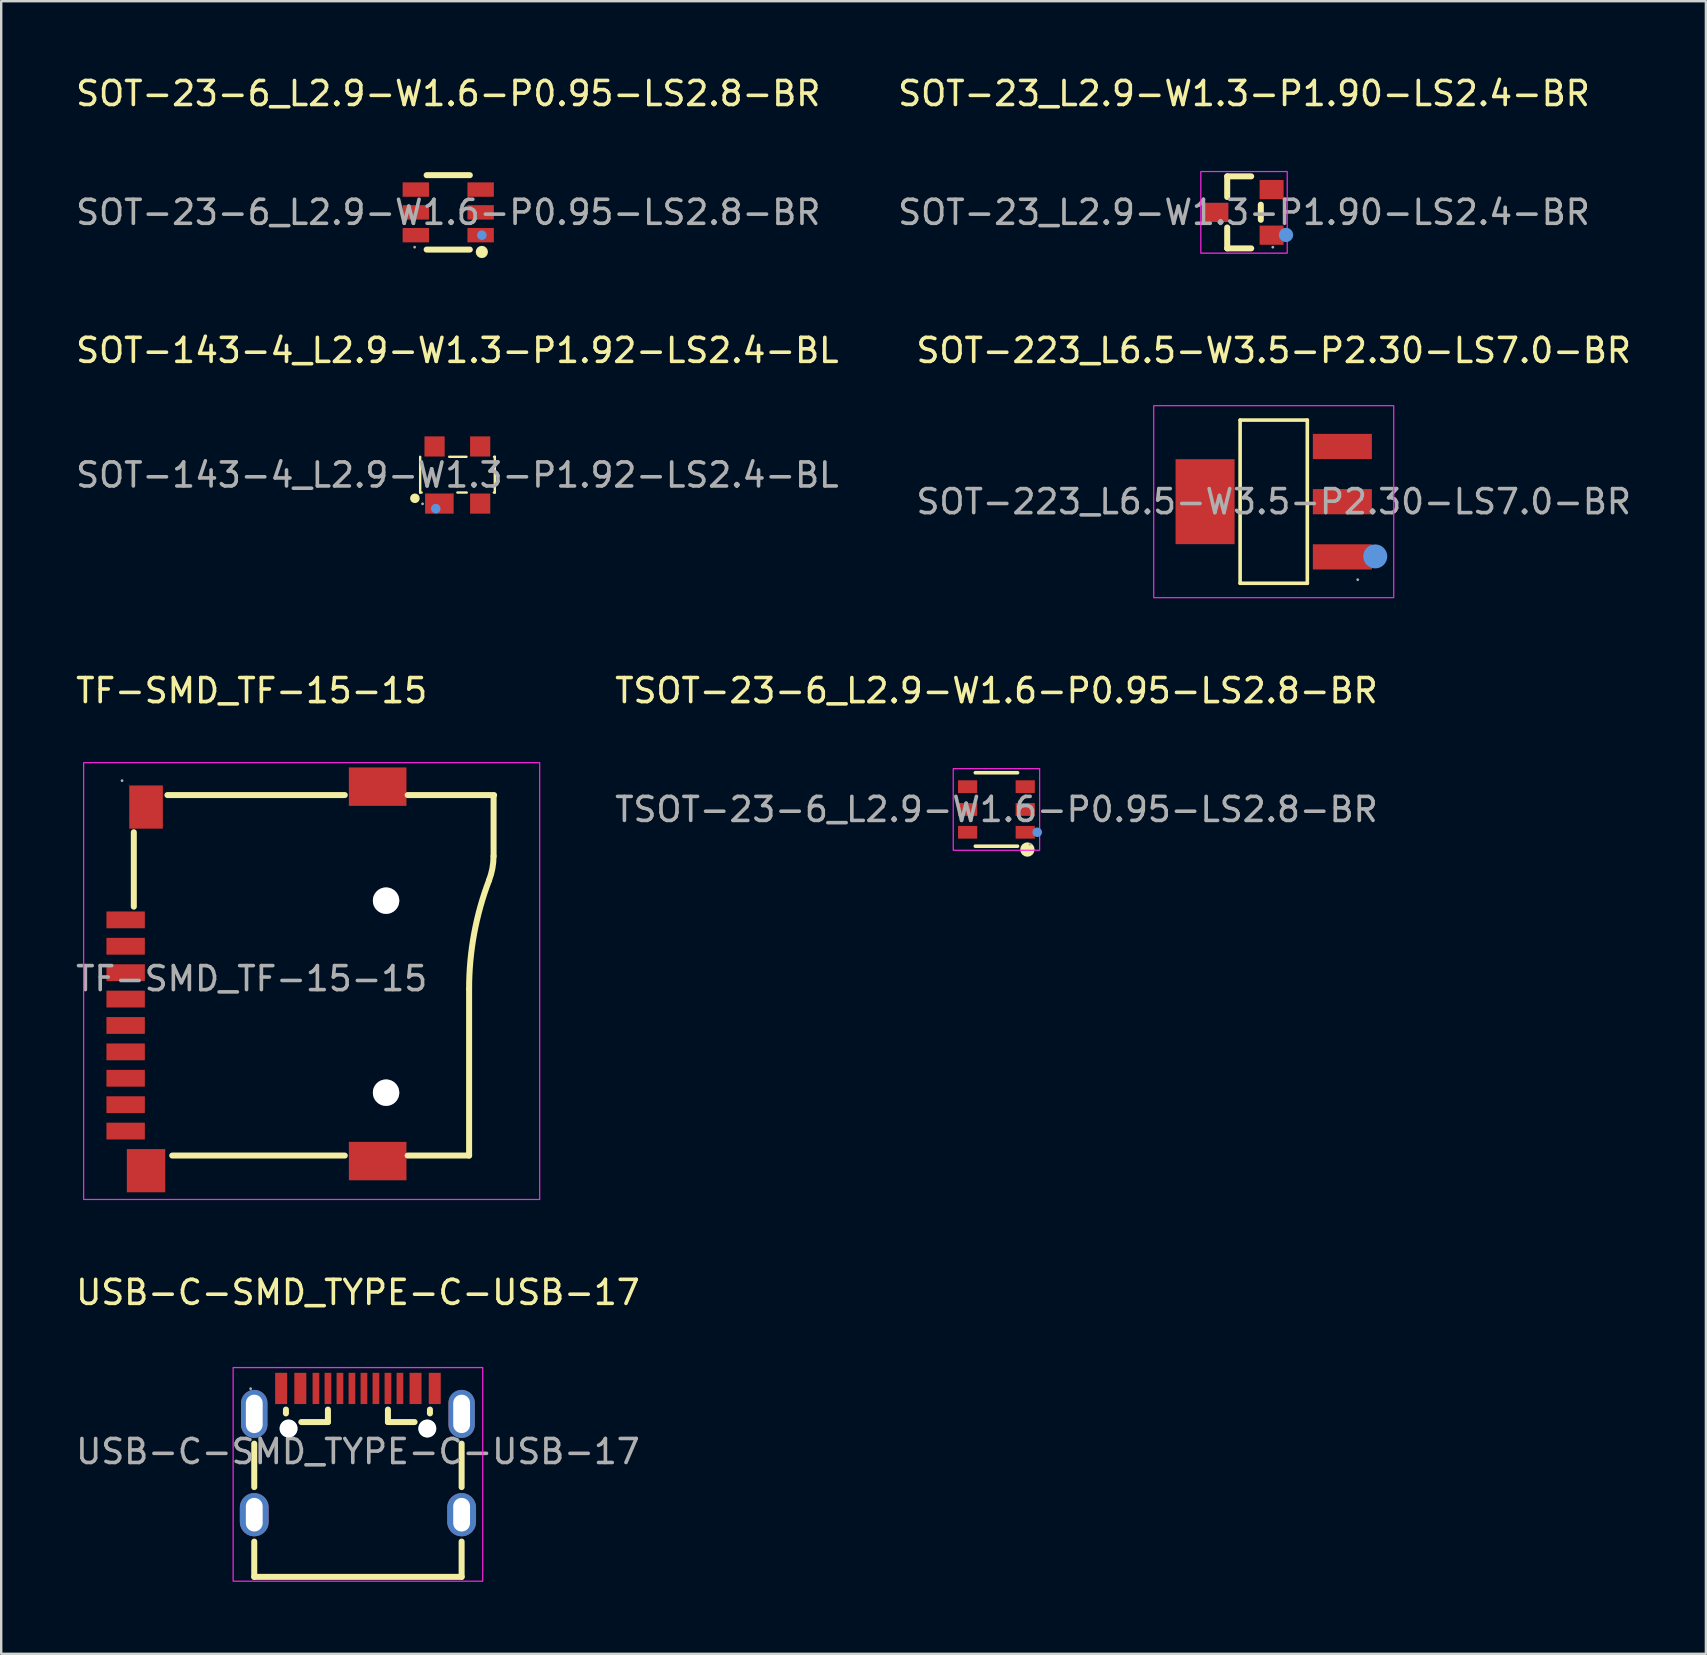
<source format=kicad_pcb>
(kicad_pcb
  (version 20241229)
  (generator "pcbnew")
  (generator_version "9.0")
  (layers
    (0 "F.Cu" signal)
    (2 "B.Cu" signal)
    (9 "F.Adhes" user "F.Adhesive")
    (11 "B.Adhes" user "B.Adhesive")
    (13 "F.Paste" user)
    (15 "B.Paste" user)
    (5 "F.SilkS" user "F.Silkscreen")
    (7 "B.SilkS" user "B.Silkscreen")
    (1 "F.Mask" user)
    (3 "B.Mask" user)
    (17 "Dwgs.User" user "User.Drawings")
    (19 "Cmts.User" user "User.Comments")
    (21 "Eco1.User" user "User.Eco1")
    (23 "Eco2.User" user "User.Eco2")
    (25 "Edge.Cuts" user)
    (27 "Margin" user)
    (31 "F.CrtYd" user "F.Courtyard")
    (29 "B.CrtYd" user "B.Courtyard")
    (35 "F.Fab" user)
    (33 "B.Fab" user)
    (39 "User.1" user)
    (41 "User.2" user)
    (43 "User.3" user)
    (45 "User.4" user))
  (footprint "TSOT-23-6_L2.9-W1.6-P0.95-LS2.8-BR"
    (layer "F.Cu")
    (at 38.465 30.675)
    (property "Reference" "TSOT-23-6_L2.9-W1.6-P0.95-LS2.8-BR" (at 0 -4.95 0) (layer "F.SilkS") (effects (font (size 1 1) (thickness 0.15))))
    (attr smd)
    (fp_line (start 0.88 -1.53) (end -0.88 -1.53) (stroke (width 0.15) (type solid)) (layer "F.SilkS"))
    (fp_line (start 0.88 1.53) (end -0.88 1.53) (stroke (width 0.15) (type solid)) (layer "F.SilkS"))
    (fp_circle (center 1.29 1.67) (end 1.44 1.67) (stroke (width 0.3) (type solid)) (fill no) (layer "F.SilkS"))
    (fp_circle (center 1.7 0.95) (end 1.8 0.95) (stroke (width 0.2) (type solid)) (fill no) (layer "Cmts.User"))
    (fp_rect (start -1.8 -1.7) (end 1.8 1.7) (stroke (width 0.05) (type default)) (fill no) (layer "F.CrtYd"))
    (fp_circle (center 1.4 1.45) (end 1.43 1.45) (stroke (width 0.06) (type solid)) (fill no) (layer "F.Fab"))
    (fp_text user "${REFERENCE}" (at 0 0 0) (layer "F.Fab") (effects (font (size 1 1) (thickness 0.15))))
    (pad "1" smd rect (at 1.2 0.95) (size 0.8 0.53) (layers "F.Cu" "F.Mask" "F.Paste"))
    (pad "2" smd rect (at 1.2 0) (size 0.8 0.53) (layers "F.Cu" "F.Mask" "F.Paste"))
    (pad "3" smd rect (at 1.2 -0.95) (size 0.8 0.53) (layers "F.Cu" "F.Mask" "F.Paste"))
    (pad "4" smd rect (at -1.2 -0.95) (size 0.8 0.53) (layers "F.Cu" "F.Mask" "F.Paste"))
    (pad "5" smd rect (at -1.2 0) (size 0.8 0.53) (layers "F.Cu" "F.Mask" "F.Paste"))
    (pad "6" smd rect (at -1.2 0.95) (size 0.8 0.53) (layers "F.Cu" "F.Mask" "F.Paste")))
  (footprint "TF-SMD_TF-15-15"
    (layer "F.Cu")
    (at 7.435 37.725)
    (property "Reference" "TF-SMD_TF-15-15" (at 0 -12 0) (layer "F.SilkS") (effects (font (size 1 1) (thickness 0.15))))
    (attr through_hole)
    (fp_line (start -4.91 -6.1) (end -4.91 -3) (stroke (width 0.25) (type solid)) (layer "F.SilkS"))
    (fp_line (start -3.31 7.37) (end 3.88 7.37) (stroke (width 0.25) (type solid)) (layer "F.SilkS"))
    (fp_line (start 3.88 -7.65) (end -3.51 -7.65) (stroke (width 0.25) (type solid)) (layer "F.SilkS"))
    (fp_line (start 9.06 0.43) (end 9.06 7.37) (stroke (width 0.25) (type solid)) (layer "F.SilkS"))
    (fp_line (start 9.06 7.37) (end 6.5 7.37) (stroke (width 0.25) (type solid)) (layer "F.SilkS"))
    (fp_line (start 10.08 -7.62) (end 10.08 -5.11) (stroke (width 0.25) (type solid)) (layer "F.SilkS"))
    (fp_line (start 10.1 -7.65) (end 6.5 -7.65) (stroke (width 0.25) (type solid)) (layer "F.SilkS"))
    (fp_arc (start 9.06 0.42) (mid 9.269644 -1.878043) (end 9.891654 -4.100217) (stroke (width 0.25) (type solid)) (layer "F.SilkS"))
    (fp_arc (start 10.077916 -5.099637) (mid 10.029599 -4.591239) (end 9.89 -4.1) (stroke (width 0.25) (type solid)) (layer "F.SilkS"))
    (fp_circle (center 5.6 -3.25) (end 5.83 -3.25) (stroke (width 0.45) (type solid)) (fill no) (layer "Cmts.User"))
    (fp_circle (center 5.6 4.75) (end 5.83 4.75) (stroke (width 0.45) (type solid)) (fill no) (layer "Cmts.User"))
    (fp_rect (start -7 -9) (end 12 9.2) (stroke (width 0.05) (type default)) (fill no) (layer "F.CrtYd"))
    (fp_circle (center -5.4 -8.25) (end -5.37 -8.25) (stroke (width 0.06) (type solid)) (fill no) (layer "F.Fab"))
    (fp_text user "${REFERENCE}" (at 0 0 0) (layer "F.Fab") (effects (font (size 1 1) (thickness 0.15))))
    (pad "" thru_hole circle (at 5.6 -3.25) (size 1.1 1.1) (drill 1.1) (layers "*.Cu" "*.Mask"))
    (pad "" thru_hole circle (at 5.6 4.75) (size 1.1 1.1) (drill 1.1) (layers "*.Cu" "*.Mask"))
    (pad "1" smd rect (at -5.25 -2.45) (size 1.6 0.7) (layers "F.Cu" "F.Mask" "F.Paste"))
    (pad "2" smd rect (at -5.25 -1.35) (size 1.6 0.7) (layers "F.Cu" "F.Mask" "F.Paste"))
    (pad "3" smd rect (at -5.25 -0.25) (size 1.6 0.7) (layers "F.Cu" "F.Mask" "F.Paste"))
    (pad "4" smd rect (at -5.25 0.85) (size 1.6 0.7) (layers "F.Cu" "F.Mask" "F.Paste"))
    (pad "5" smd rect (at -5.25 1.95) (size 1.6 0.7) (layers "F.Cu" "F.Mask" "F.Paste"))
    (pad "6" smd rect (at -5.25 3.05) (size 1.6 0.7) (layers "F.Cu" "F.Mask" "F.Paste"))
    (pad "7" smd rect (at -5.25 4.15) (size 1.6 0.7) (layers "F.Cu" "F.Mask" "F.Paste"))
    (pad "8" smd rect (at -5.25 5.25) (size 1.6 0.7) (layers "F.Cu" "F.Mask" "F.Paste"))
    (pad "9" smd rect (at -5.25 6.35) (size 1.6 0.7) (layers "F.Cu" "F.Mask" "F.Paste"))
    (pad "10" smd rect (at -4.4 8) (size 1.6 1.8) (layers "F.Cu" "F.Mask" "F.Paste"))
    (pad "11" smd rect (at 5.25 7.6) (size 2.4 1.6) (layers "F.Cu" "F.Mask" "F.Paste"))
    (pad "12" smd rect (at 5.25 -8) (size 2.4 1.6) (layers "F.Cu" "F.Mask" "F.Paste"))
    (pad "13" smd rect (at -4.4 -7.15) (size 1.4 1.8) (layers "F.Cu" "F.Mask" "F.Paste")))
  (footprint "SOT-23_L2.9-W1.3-P1.90-LS2.4-BR"
    (layer "F.Cu")
    (at 48.78 5.798)
    (property "Reference" "SOT-23_L2.9-W1.3-P1.90-LS2.4-BR" (at 0 -4.95 0) (layer "F.SilkS") (effects (font (size 1 1) (thickness 0.15))))
    (attr through_hole)
    (fp_line (start -0.7 -1.5) (end 0.3 -1.5) (stroke (width 0.25) (type solid)) (layer "F.SilkS"))
    (fp_line (start -0.7 -0.64) (end -0.7 -1.5) (stroke (width 0.25) (type solid)) (layer "F.SilkS"))
    (fp_line (start -0.7 1.5) (end -0.7 0.63) (stroke (width 0.25) (type solid)) (layer "F.SilkS"))
    (fp_line (start -0.7 1.5) (end 0.3 1.5) (stroke (width 0.25) (type solid)) (layer "F.SilkS"))
    (fp_line (start 0.7 0.31) (end 0.7 -0.32) (stroke (width 0.25) (type solid)) (layer "F.SilkS"))
    (fp_circle (center 1.75 0.94) (end 1.9 0.94) (stroke (width 0.3) (type solid)) (fill no) (layer "Cmts.User"))
    (fp_rect (start -1.8 -1.7) (end 1.8 1.7) (stroke (width 0.05) (type default)) (fill no) (layer "F.CrtYd"))
    (fp_circle (center 1.2 1.45) (end 1.23 1.45) (stroke (width 0.06) (type solid)) (fill no) (layer "F.Fab"))
    (fp_text user "${REFERENCE}" (at 0 0 0) (layer "F.Fab") (effects (font (size 1 1) (thickness 0.15))))
    (pad "1" smd rect (at 1.15 0.95 180) (size 1 0.8) (layers "F.Cu" "F.Mask" "F.Paste"))
    (pad "2" smd rect (at 1.15 -0.95 180) (size 1 0.8) (layers "F.Cu" "F.Mask" "F.Paste"))
    (pad "3" smd rect (at -1.15 0 180) (size 1 0.8) (layers "F.Cu" "F.Mask" "F.Paste")))
  (footprint "SOT-223_L6.5-W3.5-P2.30-LS7.0-BR"
    (layer "F.Cu")
    (at 50.018 17.852)
    (property "Reference" "SOT-223_L6.5-W3.5-P2.30-LS7.0-BR" (at 0 -6.3 0) (layer "F.SilkS") (effects (font (size 1 1) (thickness 0.15))))
    (attr through_hole)
    (fp_line (start -1.4 -3.4) (end 1.4 -3.4) (stroke (width 0.15) (type solid)) (layer "F.SilkS"))
    (fp_line (start -1.4 3.4) (end -1.4 -3.4) (stroke (width 0.15) (type solid)) (layer "F.SilkS"))
    (fp_line (start 1.4 -3.4) (end 1.4 3.4) (stroke (width 0.15) (type solid)) (layer "F.SilkS"))
    (fp_line (start 1.4 3.4) (end -1.4 3.4) (stroke (width 0.15) (type solid)) (layer "F.SilkS"))
    (fp_circle (center 4.23 2.28) (end 4.48 2.28) (stroke (width 0.5) (type solid)) (fill no) (layer "Cmts.User"))
    (fp_rect (start -5 -4) (end 5 4) (stroke (width 0.05) (type default)) (fill no) (layer "F.CrtYd"))
    (fp_circle (center 3.5 3.25) (end 3.53 3.25) (stroke (width 0.06) (type solid)) (fill no) (layer "F.Fab"))
    (fp_text user "${REFERENCE}" (at 0 0 0) (layer "F.Fab") (effects (font (size 1 1) (thickness 0.15))))
    (pad "1" smd rect (at 2.86 2.3) (size 2.46 1.05) (layers "F.Cu" "F.Mask" "F.Paste"))
    (pad "2" smd rect (at 2.86 0) (size 2.46 1.05) (layers "F.Cu" "F.Mask" "F.Paste"))
    (pad "3" smd rect (at 2.86 -2.3) (size 2.46 1.05) (layers "F.Cu" "F.Mask" "F.Paste"))
    (pad "4" smd rect (at -2.86 0) (size 2.46 3.54) (layers "F.Cu" "F.Mask" "F.Paste")))
  (footprint "SOT-23-6_L2.9-W1.6-P0.95-LS2.8-BR"
    (layer "F.Cu")
    (at 15.625 5.798)
    (property "Reference" "SOT-23-6_L2.9-W1.6-P0.95-LS2.8-BR" (at 0 -4.95 0) (layer "F.SilkS") (effects (font (size 1 1) (thickness 0.15))))
    (attr through_hole)
    (fp_line (start -0.9 -1.55) (end 0.9 -1.55) (stroke (width 0.25) (type solid)) (layer "F.SilkS"))
    (fp_line (start -0.9 1.55) (end 0.9 1.55) (stroke (width 0.25) (type solid)) (layer "F.SilkS"))
    (fp_circle (center 1.4 1.65) (end 1.53 1.65) (stroke (width 0.25) (type solid)) (fill no) (layer "F.SilkS"))
    (fp_circle (center 1.4 0.95) (end 1.5 0.95) (stroke (width 0.2) (type solid)) (fill no) (layer "Cmts.User"))
    (fp_circle (center -1.4 1.45) (end -1.37 1.45) (stroke (width 0.06) (type solid)) (fill no) (layer "F.Fab"))
    (fp_text user "${REFERENCE}" (at 0 0 0) (layer "F.Fab") (effects (font (size 1 1) (thickness 0.15))))
    (pad "1" smd rect (at 1.35 0.95) (size 1.1 0.6) (layers "F.Cu" "F.Mask" "F.Paste"))
    (pad "2" smd rect (at 1.35 0) (size 1.1 0.6) (layers "F.Cu" "F.Mask" "F.Paste"))
    (pad "3" smd rect (at 1.35 -0.95) (size 1.1 0.6) (layers "F.Cu" "F.Mask" "F.Paste"))
    (pad "4" smd rect (at -1.35 -0.95) (size 1.1 0.6) (layers "F.Cu" "F.Mask" "F.Paste"))
    (pad "5" smd rect (at -1.35 0) (size 1.1 0.6) (layers "F.Cu" "F.Mask" "F.Paste"))
    (pad "6" smd rect (at -1.35 0.95) (size 1.1 0.6) (layers "F.Cu" "F.Mask" "F.Paste")))
  (footprint "SOT-143-4_L2.9-W1.3-P1.92-LS2.4-BL"
    (layer "F.Cu")
    (at 16.006 16.741)
    (property "Reference" "SOT-143-4_L2.9-W1.3-P1.92-LS2.4-BL" (at 0 -5.19 0) (layer "F.SilkS") (effects (font (size 1 1) (thickness 0.15))))
    (attr through_hole)
    (fp_line (start -1.55 0.73) (end -1.55 -0.76) (stroke (width 0.1) (type solid)) (layer "F.SilkS"))
    (fp_line (start -1.49 0.73) (end -1.55 0.73) (stroke (width 0.1) (type solid)) (layer "F.SilkS"))
    (fp_line (start -0.34 -0.76) (end 0.38 -0.76) (stroke (width 0.1) (type solid)) (layer "F.SilkS"))
    (fp_line (start 0.39 0.73) (end 0 0.73) (stroke (width 0.1) (type solid)) (layer "F.SilkS"))
    (fp_line (start 1.53 -0.76) (end 1.56 -0.76) (stroke (width 0.1) (type solid)) (layer "F.SilkS"))
    (fp_line (start 1.56 -0.76) (end 1.56 0.73) (stroke (width 0.1) (type solid)) (layer "F.SilkS"))
    (fp_line (start 1.56 0.73) (end 1.52 0.73) (stroke (width 0.1) (type solid)) (layer "F.SilkS"))
    (fp_circle (center -1.77 0.97) (end -1.67 0.97) (stroke (width 0.2) (type solid)) (fill no) (layer "F.SilkS"))
    (fp_circle (center -0.9 1.4) (end -0.8 1.4) (stroke (width 0.2) (type solid)) (fill no) (layer "Cmts.User"))
    (fp_circle (center -1.45 1.2) (end -1.42 1.2) (stroke (width 0.06) (type solid)) (fill no) (layer "F.Fab"))
    (fp_text user "${REFERENCE}" (at 0 0 0) (layer "F.Fab") (effects (font (size 1 1) (thickness 0.15))))
    (pad "1" smd rect (at -0.75 1.19) (size 1.19 0.84) (layers "F.Cu" "F.Mask" "F.Paste"))
    (pad "2" smd rect (at 0.95 1.19) (size 0.84 0.84) (layers "F.Cu" "F.Mask" "F.Paste"))
    (pad "3" smd rect (at 0.95 -1.19) (size 0.84 0.84) (layers "F.Cu" "F.Mask" "F.Paste"))
    (pad "4" smd rect (at -0.95 -1.19) (size 0.84 0.84) (layers "F.Cu" "F.Mask" "F.Paste")))
  (footprint "USB-C-SMD_TYPE-C-USB-17"
    (layer "F.Cu")
    (at 11.863 57.428)
    (property "Reference" "USB-C-SMD_TYPE-C-USB-17" (at 0 -6.63 0) (layer "F.SilkS") (effects (font (size 1 1) (thickness 0.15))))
    (attr smd)
    (fp_line (start -4.32 1.48) (end -4.32 -0.33) (stroke (width 0.25) (type solid)) (layer "F.SilkS"))
    (fp_line (start -4.32 5.22) (end -4.32 3.75) (stroke (width 0.25) (type solid)) (layer "F.SilkS"))
    (fp_line (start -3 -1.59) (end -3 -1.75) (stroke (width 0.25) (type solid)) (layer "F.SilkS"))
    (fp_line (start -2.36 -1.23) (end -1.25 -1.23) (stroke (width 0.25) (type solid)) (layer "F.SilkS"))
    (fp_line (start -1.25 -1.23) (end -1.25 -1.75) (stroke (width 0.25) (type solid)) (layer "F.SilkS"))
    (fp_line (start 1.25 -1.23) (end 1.25 -1.75) (stroke (width 0.25) (type solid)) (layer "F.SilkS"))
    (fp_line (start 1.25 -1.23) (end 2.36 -1.23) (stroke (width 0.25) (type solid)) (layer "F.SilkS"))
    (fp_line (start 3 -1.59) (end 3 -1.75) (stroke (width 0.25) (type solid)) (layer "F.SilkS"))
    (fp_line (start 4.32 1.48) (end 4.32 -0.33) (stroke (width 0.25) (type solid)) (layer "F.SilkS"))
    (fp_line (start 4.32 5.22) (end -4.32 5.22) (stroke (width 0.25) (type solid)) (layer "F.SilkS"))
    (fp_line (start 4.32 5.22) (end 4.32 3.75) (stroke (width 0.25) (type solid)) (layer "F.SilkS"))
    (fp_circle (center -2.89 -0.96) (end -2.77 -0.96) (stroke (width 0.25) (type solid)) (fill no) (layer "Cmts.User"))
    (fp_circle (center 2.89 -0.96) (end 3.01 -0.96) (stroke (width 0.25) (type solid)) (fill no) (layer "Cmts.User"))
    (fp_rect (start -5.2 -3.5) (end 5.2 5.4) (stroke (width 0.05) (type default)) (fill no) (layer "F.CrtYd"))
    (fp_circle (center -4.47 -2.62) (end -4.44 -2.62) (stroke (width 0.06) (type solid)) (fill no) (layer "F.Fab"))
    (fp_text user "${REFERENCE}" (at 0 0 0) (layer "F.Fab") (effects (font (size 1 1) (thickness 0.15))))
    (pad "" np_thru_hole circle (at -2.89 -0.96) (size 0.75 0.75) (drill 0.75) (layers "*.Cu" "*.Mask"))
    (pad "" np_thru_hole circle (at 2.89 -0.96) (size 0.75 0.75) (drill 0.75) (layers "*.Cu" "*.Mask"))
    (pad "0" thru_hole oval (at -4.32 -1.57) (size 1.1 2) (drill oval 0.7 1.6) (layers "*.Cu" "*.Paste" "*.Mask"))
    (pad "0" thru_hole oval (at -4.32 2.63) (size 1.2 1.8) (drill oval 0.7 1.4) (layers "*.Cu" "*.Paste" "*.Mask"))
    (pad "0" thru_hole oval (at 4.32 -1.57) (size 1.1 2) (drill oval 0.7 1.6) (layers "*.Cu" "*.Paste" "*.Mask"))
    (pad "0" thru_hole oval (at 4.32 2.63) (size 1.2 1.8) (drill oval 0.7 1.4) (layers "*.Cu" "*.Paste" "*.Mask"))
    (pad "A1" smd rect (at -3.2 -2.63) (size 0.5 1.3) (layers "F.Cu" "F.Mask" "F.Paste"))
    (pad "A4" smd rect (at -2.4 -2.63) (size 0.5 1.3) (layers "F.Cu" "F.Mask" "F.Paste"))
    (pad "A5" smd rect (at -1.25 -2.63) (size 0.28 1.3) (layers "F.Cu" "F.Mask" "F.Paste"))
    (pad "A6" smd rect (at -0.25 -2.63) (size 0.28 1.3) (layers "F.Cu" "F.Mask" "F.Paste"))
    (pad "A7" smd rect (at 0.25 -2.63) (size 0.28 1.3) (layers "F.Cu" "F.Mask" "F.Paste"))
    (pad "A8" smd rect (at 1.25 -2.63) (size 0.28 1.3) (layers "F.Cu" "F.Mask" "F.Paste"))
    (pad "A9" smd rect (at 2.4 -2.63) (size 0.5 1.3) (layers "F.Cu" "F.Mask" "F.Paste"))
    (pad "A12" smd rect (at 3.2 -2.63) (size 0.5 1.3) (layers "F.Cu" "F.Mask" "F.Paste"))
    (pad "B5" smd rect (at 1.75 -2.63) (size 0.28 1.3) (layers "F.Cu" "F.Mask" "F.Paste"))
    (pad "B6" smd rect (at 0.75 -2.63) (size 0.28 1.3) (layers "F.Cu" "F.Mask" "F.Paste"))
    (pad "B7" smd rect (at -0.75 -2.63) (size 0.28 1.3) (layers "F.Cu" "F.Mask" "F.Paste"))
    (pad "B8" smd rect (at -1.75 -2.63) (size 0.28 1.3) (layers "F.Cu" "F.Mask" "F.Paste")))
  (gr_rect
    (start -3 -3)
    (end 68.024 65.853)
    (stroke (width 0.1) (type default))
    (fill no)
    (layer "Edge.Cuts")))
</source>
